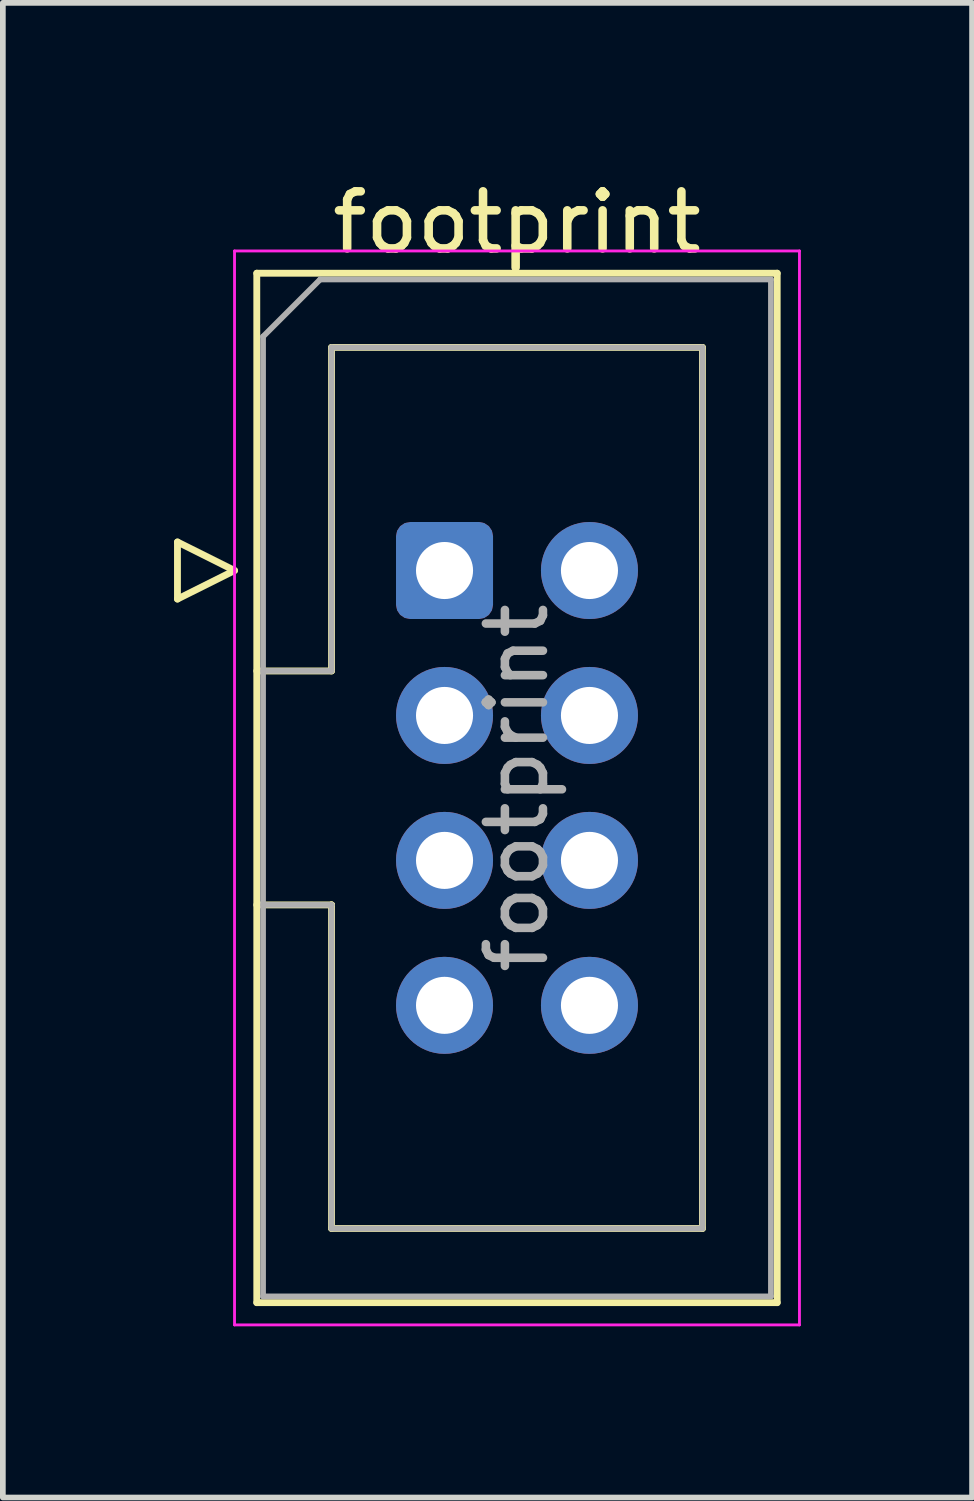
<source format=kicad_pcb>
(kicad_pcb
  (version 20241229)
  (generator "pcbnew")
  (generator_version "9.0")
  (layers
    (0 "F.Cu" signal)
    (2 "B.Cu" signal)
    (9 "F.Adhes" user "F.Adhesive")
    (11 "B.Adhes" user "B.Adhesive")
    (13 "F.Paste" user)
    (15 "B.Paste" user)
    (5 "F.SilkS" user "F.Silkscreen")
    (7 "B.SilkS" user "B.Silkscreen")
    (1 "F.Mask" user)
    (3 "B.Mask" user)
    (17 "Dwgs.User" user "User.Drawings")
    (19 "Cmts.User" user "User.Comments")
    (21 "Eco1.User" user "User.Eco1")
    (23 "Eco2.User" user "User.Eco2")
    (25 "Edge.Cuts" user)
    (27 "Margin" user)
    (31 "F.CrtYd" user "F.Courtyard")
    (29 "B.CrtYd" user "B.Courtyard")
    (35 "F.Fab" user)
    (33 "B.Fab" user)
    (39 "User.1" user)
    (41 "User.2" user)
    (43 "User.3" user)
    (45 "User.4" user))
  (footprint "footprint"
    (layer "F.Cu")
    (at 4.74 6.948)
    (property "Reference" "footprint" (at 1.27 -6.1 0) (layer "F.SilkS") (effects (font (size 1 1) (thickness 0.15))))
    (attr through_hole)
    (fp_line (start -4.68 -0.5) (end -4.68 0.5) (stroke (width 0.12) (type solid)) (layer "F.SilkS"))
    (fp_line (start -4.68 0.5) (end -3.68 0) (stroke (width 0.12) (type solid)) (layer "F.SilkS"))
    (fp_line (start -3.68 0) (end -4.68 -0.5) (stroke (width 0.12) (type solid)) (layer "F.SilkS"))
    (fp_line (start -3.29 -5.21) (end 5.83 -5.21) (stroke (width 0.12) (type solid)) (layer "F.SilkS"))
    (fp_line (start -3.29 1.76) (end -1.98 1.76) (stroke (width 0.12) (type solid)) (layer "F.SilkS"))
    (fp_line (start -3.29 12.83) (end -3.29 -5.21) (stroke (width 0.12) (type solid)) (layer "F.SilkS"))
    (fp_line (start -1.98 -3.91) (end 4.52 -3.91) (stroke (width 0.12) (type solid)) (layer "F.SilkS"))
    (fp_line (start -1.98 1.76) (end -1.98 -3.91) (stroke (width 0.12) (type solid)) (layer "F.SilkS"))
    (fp_line (start -1.98 5.86) (end -3.29 5.86) (stroke (width 0.12) (type solid)) (layer "F.SilkS"))
    (fp_line (start -1.98 5.86) (end -1.98 5.86) (stroke (width 0.12) (type solid)) (layer "F.SilkS"))
    (fp_line (start -1.98 11.53) (end -1.98 5.86) (stroke (width 0.12) (type solid)) (layer "F.SilkS"))
    (fp_line (start 4.52 -3.91) (end 4.52 11.53) (stroke (width 0.12) (type solid)) (layer "F.SilkS"))
    (fp_line (start 4.52 11.53) (end -1.98 11.53) (stroke (width 0.12) (type solid)) (layer "F.SilkS"))
    (fp_line (start 5.83 -5.21) (end 5.83 12.83) (stroke (width 0.12) (type solid)) (layer "F.SilkS"))
    (fp_line (start 5.83 12.83) (end -3.29 12.83) (stroke (width 0.12) (type solid)) (layer "F.SilkS"))
    (fp_line (start -3.68 -5.6) (end -3.68 13.22) (stroke (width 0.05) (type solid)) (layer "F.CrtYd"))
    (fp_line (start -3.68 13.22) (end 6.22 13.22) (stroke (width 0.05) (type solid)) (layer "F.CrtYd"))
    (fp_line (start 6.22 -5.6) (end -3.68 -5.6) (stroke (width 0.05) (type solid)) (layer "F.CrtYd"))
    (fp_line (start 6.22 13.22) (end 6.22 -5.6) (stroke (width 0.05) (type solid)) (layer "F.CrtYd"))
    (fp_line (start -3.18 -4.1) (end -2.18 -5.1) (stroke (width 0.1) (type solid)) (layer "F.Fab"))
    (fp_line (start -3.18 1.76) (end -1.98 1.76) (stroke (width 0.1) (type solid)) (layer "F.Fab"))
    (fp_line (start -3.18 12.72) (end -3.18 -4.1) (stroke (width 0.1) (type solid)) (layer "F.Fab"))
    (fp_line (start -2.18 -5.1) (end 5.72 -5.1) (stroke (width 0.1) (type solid)) (layer "F.Fab"))
    (fp_line (start -1.98 -3.91) (end 4.52 -3.91) (stroke (width 0.1) (type solid)) (layer "F.Fab"))
    (fp_line (start -1.98 1.76) (end -1.98 -3.91) (stroke (width 0.1) (type solid)) (layer "F.Fab"))
    (fp_line (start -1.98 5.86) (end -3.18 5.86) (stroke (width 0.1) (type solid)) (layer "F.Fab"))
    (fp_line (start -1.98 5.86) (end -1.98 5.86) (stroke (width 0.1) (type solid)) (layer "F.Fab"))
    (fp_line (start -1.98 11.53) (end -1.98 5.86) (stroke (width 0.1) (type solid)) (layer "F.Fab"))
    (fp_line (start 4.52 -3.91) (end 4.52 11.53) (stroke (width 0.1) (type solid)) (layer "F.Fab"))
    (fp_line (start 4.52 11.53) (end -1.98 11.53) (stroke (width 0.1) (type solid)) (layer "F.Fab"))
    (fp_line (start 5.72 -5.1) (end 5.72 12.72) (stroke (width 0.1) (type solid)) (layer "F.Fab"))
    (fp_line (start 5.72 12.72) (end -3.18 12.72) (stroke (width 0.1) (type solid)) (layer "F.Fab"))
    (fp_text user "${REFERENCE}" (at 1.27 3.81 90) (layer "F.Fab") (effects (font (size 1 1) (thickness 0.15))))
    (pad "1" thru_hole roundrect (at 0 0) (size 1.7 1.7) (drill 1) (layers "*.Cu" "*.Mask") (roundrect_rratio 0.147))
    (pad "2" thru_hole circle (at 2.54 0) (size 1.7 1.7) (drill 1) (layers "*.Cu" "*.Mask"))
    (pad "3" thru_hole circle (at 0 2.54) (size 1.7 1.7) (drill 1) (layers "*.Cu" "*.Mask"))
    (pad "4" thru_hole circle (at 2.54 2.54) (size 1.7 1.7) (drill 1) (layers "*.Cu" "*.Mask"))
    (pad "5" thru_hole circle (at 0 5.08) (size 1.7 1.7) (drill 1) (layers "*.Cu" "*.Mask"))
    (pad "6" thru_hole circle (at 2.54 5.08) (size 1.7 1.7) (drill 1) (layers "*.Cu" "*.Mask"))
    (pad "7" thru_hole circle (at 0 7.62) (size 1.7 1.7) (drill 1) (layers "*.Cu" "*.Mask"))
    (pad "8" thru_hole circle (at 2.54 7.62) (size 1.7 1.7) (drill 1) (layers "*.Cu" "*.Mask")))
  (gr_rect
    (start -3 -3)
    (end 13.985 23.193)
    (stroke (width 0.1) (type default))
    (fill no)
    (layer "Edge.Cuts")))
</source>
